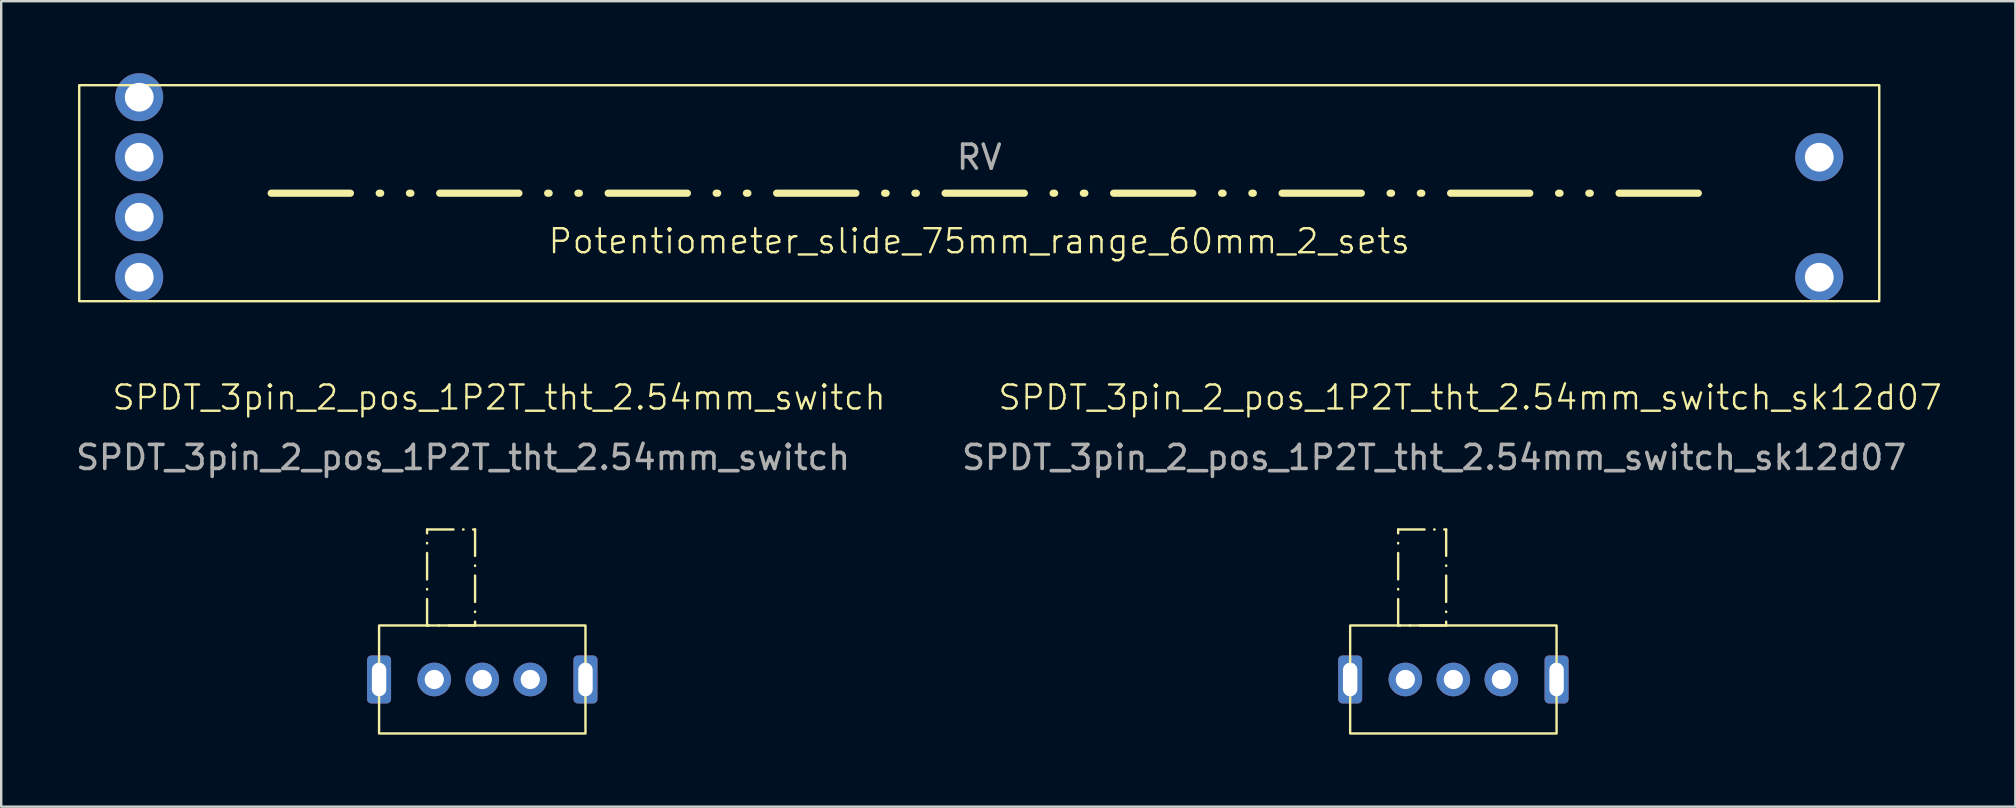
<source format=kicad_pcb>
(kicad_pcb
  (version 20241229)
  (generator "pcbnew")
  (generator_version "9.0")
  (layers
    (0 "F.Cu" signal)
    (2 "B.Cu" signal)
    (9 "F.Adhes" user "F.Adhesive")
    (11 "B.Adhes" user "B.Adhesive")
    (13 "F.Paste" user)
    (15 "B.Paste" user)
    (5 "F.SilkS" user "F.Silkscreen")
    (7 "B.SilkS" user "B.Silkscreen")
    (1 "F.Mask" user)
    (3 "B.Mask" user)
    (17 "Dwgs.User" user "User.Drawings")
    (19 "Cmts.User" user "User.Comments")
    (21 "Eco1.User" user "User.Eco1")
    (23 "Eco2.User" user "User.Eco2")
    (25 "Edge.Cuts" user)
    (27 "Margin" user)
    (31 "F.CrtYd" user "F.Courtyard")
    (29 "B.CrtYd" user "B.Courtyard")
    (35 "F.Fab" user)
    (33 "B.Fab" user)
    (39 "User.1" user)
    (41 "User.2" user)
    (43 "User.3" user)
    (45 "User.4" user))
  (footprint "SPDT_3pin_2_pos_1P2T_tht_2.54mm_switch_sk12d07"
    (layer "F.Cu")
    (at 53.205 23.011)
    (property "Reference" "SPDT_3pin_2_pos_1P2T_tht_2.54mm_switch_sk12d07" (at 5 -9.5 0) (unlocked yes) (layer "F.SilkS") (effects (font (size 1 1) (thickness 0.1))))
    (attr through_hole)
    (fp_rect (start 0 0) (end 8.6 4.5) (stroke (width 0.1) (type solid)) (fill no) (layer "F.SilkS"))
    (fp_rect (start 2 -4) (end 4 0) (stroke (width 0.1) (type dash_dot)) (fill no) (layer "F.SilkS"))
    (fp_text user "${REFERENCE}" (at 3.5 -7 0) (unlocked yes) (layer "F.Fab") (effects (font (size 1 1) (thickness 0.15))))
    (pad "1" thru_hole circle (at 2.3 2.25) (size 1.4 1.4) (drill 0.8) (layers "*.Cu" "*.Mask"))
    (pad "2" thru_hole circle (at 4.3 2.25) (size 1.4 1.4) (drill 0.8) (layers "*.Cu" "*.Mask"))
    (pad "3" thru_hole circle (at 6.3 2.25) (size 1.4 1.4) (drill 0.8) (layers "*.Cu" "*.Mask"))
    (pad "MH" thru_hole roundrect (at 0 2.25) (size 1 2) (drill oval 0.6 1.4) (layers "*.Cu" "*.Mask") (roundrect_rratio 0.179))
    (pad "MH" thru_hole roundrect (at 8.6 2.25) (size 1 2) (drill oval 0.6 1.4) (layers "*.Cu" "*.Mask") (roundrect_rratio 0.179)))
  (footprint "SPDT_3pin_2_pos_1P2T_tht_2.54mm_switch"
    (layer "F.Cu")
    (at 12.744 23.011)
    (property "Reference" "SPDT_3pin_2_pos_1P2T_tht_2.54mm_switch" (at 5 -9.5 0) (unlocked yes) (layer "F.SilkS") (effects (font (size 1 1) (thickness 0.1))))
    (attr through_hole)
    (fp_rect (start 0 0) (end 8.6 4.5) (stroke (width 0.1) (type solid)) (fill no) (layer "F.SilkS"))
    (fp_rect (start 2 -4) (end 4 0) (stroke (width 0.1) (type dash_dot)) (fill no) (layer "F.SilkS"))
    (fp_text user "${REFERENCE}" (at 3.5 -7 0) (unlocked yes) (layer "F.Fab") (effects (font (size 1 1) (thickness 0.15))))
    (pad "1" thru_hole circle (at 2.3 2.25) (size 1.4 1.4) (drill 0.8) (layers "*.Cu" "*.Mask"))
    (pad "2" thru_hole circle (at 4.3 2.25) (size 1.4 1.4) (drill 0.8) (layers "*.Cu" "*.Mask"))
    (pad "3" thru_hole circle (at 6.3 2.25) (size 1.4 1.4) (drill 0.8) (layers "*.Cu" "*.Mask"))
    (pad "MH" thru_hole roundrect (at 0 2.25) (size 1 2) (drill oval 0.6 1.4) (layers "*.Cu" "*.Mask") (roundrect_rratio 0.179))
    (pad "MH" thru_hole roundrect (at 8.6 2.25) (size 1 2) (drill oval 0.6 1.4) (layers "*.Cu" "*.Mask") (roundrect_rratio 0.179)))
  (footprint "Potentiometer_slide_75mm_range_60mm_2_sets"
    (layer "F.Cu")
    (at 0.25 9.5)
    (property "Reference" "Potentiometer_slide_75mm_range_60mm_2_sets" (at 37.5 -2.5 0) (unlocked yes) (layer "F.SilkS") (effects (font (size 1 1) (thickness 0.1))))
    (attr through_hole)
    (fp_line (start 8 -4.5) (end 68 -4.5) (stroke (width 0.3) (type dash_dot_dot)) (layer "F.SilkS"))
    (fp_rect (start 0 -9) (end 75 0) (stroke (width 0.1) (type default)) (fill no) (layer "F.SilkS"))
    (fp_text user "RV" (at 37.5 -6 0) (unlocked yes) (layer "F.Fab") (effects (font (size 1 1) (thickness 0.15))))
    (pad "1" thru_hole circle (at 2.5 -6) (size 2 2) (drill 1.2) (layers "*.Cu" "*.Mask"))
    (pad "1'" thru_hole circle (at 2.5 -1) (size 2 2) (drill 1.2) (layers "*.Cu" "*.Mask"))
    (pad "2" thru_hole circle (at 2.5 -8.5) (size 2 2) (drill 1.2) (layers "*.Cu" "*.Mask"))
    (pad "2'" thru_hole circle (at 2.5 -3.5) (size 2 2) (drill 1.2) (layers "*.Cu" "*.Mask"))
    (pad "3" thru_hole circle (at 72.5 -6) (size 2 2) (drill 1.2) (layers "*.Cu" "*.Mask"))
    (pad "3'" thru_hole circle (at 72.5 -1) (size 2 2) (drill 1.2) (layers "*.Cu" "*.Mask")))
  (gr_rect
    (start -3 -3)
    (end 80.921 30.561)
    (stroke (width 0.1) (type default))
    (fill no)
    (layer "Edge.Cuts")))
</source>
